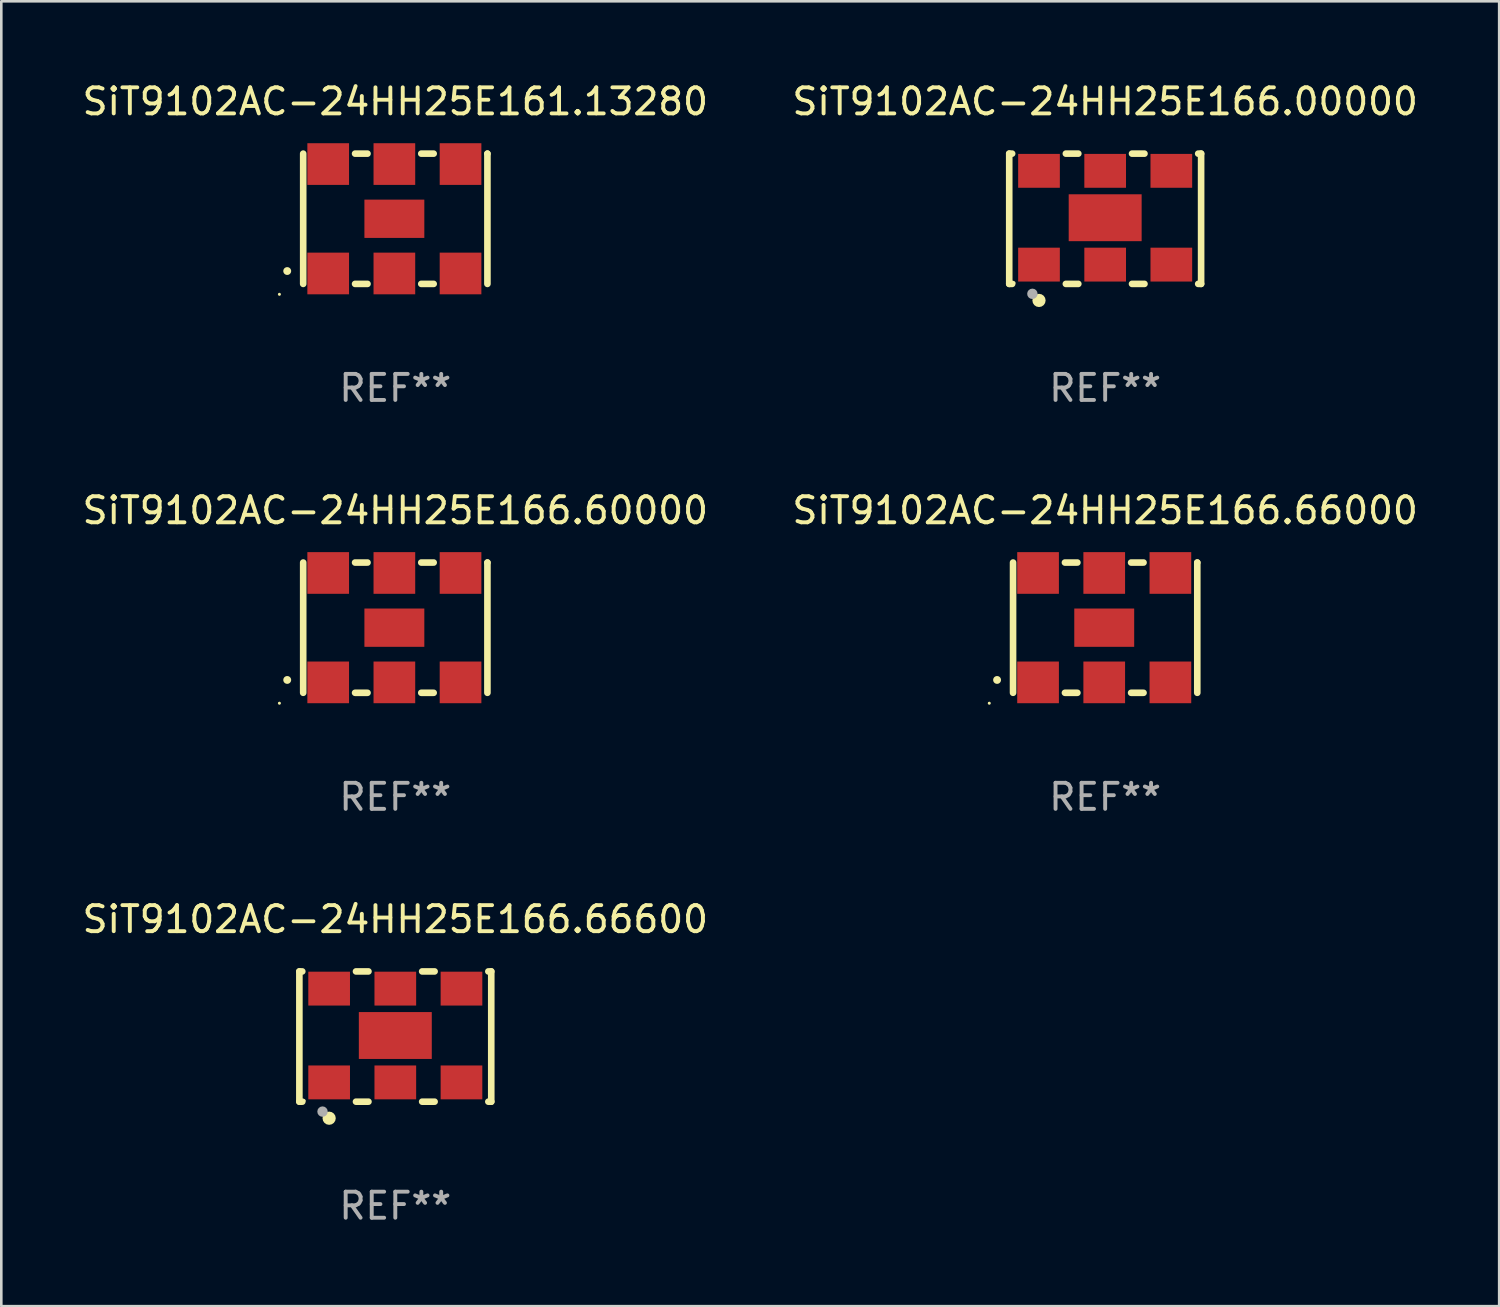
<source format=kicad_pcb>
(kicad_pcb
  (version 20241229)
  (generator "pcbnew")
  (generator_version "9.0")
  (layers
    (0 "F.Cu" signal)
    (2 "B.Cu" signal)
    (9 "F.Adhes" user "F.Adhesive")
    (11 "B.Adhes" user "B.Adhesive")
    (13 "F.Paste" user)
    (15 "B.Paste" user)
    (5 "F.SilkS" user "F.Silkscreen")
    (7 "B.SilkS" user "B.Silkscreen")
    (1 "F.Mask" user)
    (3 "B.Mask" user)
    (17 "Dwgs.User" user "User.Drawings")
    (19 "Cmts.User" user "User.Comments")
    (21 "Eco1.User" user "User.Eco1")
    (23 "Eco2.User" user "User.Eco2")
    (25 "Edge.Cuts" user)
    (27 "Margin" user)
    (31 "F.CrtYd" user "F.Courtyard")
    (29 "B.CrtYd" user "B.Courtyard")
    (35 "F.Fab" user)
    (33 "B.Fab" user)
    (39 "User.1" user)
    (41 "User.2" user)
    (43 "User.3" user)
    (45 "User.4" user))
  (footprint "SiT9102AC-24HH25E166.60000"
    (layer "F.Cu")
    (at 12.125 21.045)
    (property "Reference" "SiT9102AC-24HH25E166.60000" (at 0 -4.5 0) (layer "F.SilkS") (effects (font (size 1 1) (thickness 0.15))))
    (attr through_hole)
    (fp_line (start -3.536 -2.5) (end -3.536 2.5) (stroke (width 0.254) (type solid)) (layer "F.SilkS"))
    (fp_line (start -1.544 2.5) (end -1.067 2.5) (stroke (width 0.254) (type solid)) (layer "F.SilkS"))
    (fp_line (start -1.067 -2.5) (end -1.544 -2.5) (stroke (width 0.254) (type solid)) (layer "F.SilkS"))
    (fp_line (start 0.996 2.5) (end 1.473 2.5) (stroke (width 0.254) (type solid)) (layer "F.SilkS"))
    (fp_line (start 1.473 -2.5) (end 0.996 -2.5) (stroke (width 0.254) (type solid)) (layer "F.SilkS"))
    (fp_line (start 3.536 -2.5) (end 3.536 -2.5) (stroke (width 0.254) (type solid)) (layer "F.SilkS"))
    (fp_line (start 3.536 2.5) (end 3.536 -2.5) (stroke (width 0.254) (type solid)) (layer "F.SilkS"))
    (fp_arc (start -4.150432 2.006604) (mid -4.149162 2.006599) (end -4.147892 2.006604) (stroke (width 0.3) (type solid)) (layer "F.SilkS"))
    (fp_circle (center -4.449 2.9) (end -4.419 2.9) (stroke (width 0.06) (type solid)) (fill no) (layer "F.SilkS"))
    (fp_text user "REF**" (at 0 6.5 0) (layer "F.Fab") (effects (font (size 1 1) (thickness 0.15))))
    (pad "1" smd rect (at -2.576 2.1) (size 1.6 1.6) (layers "F.Cu" "F.Mask" "F.Paste"))
    (pad "2" smd rect (at -0.036 2.1) (size 1.6 1.6) (layers "F.Cu" "F.Mask" "F.Paste"))
    (pad "3" smd rect (at 2.504 2.1) (size 1.6 1.6) (layers "F.Cu" "F.Mask" "F.Paste"))
    (pad "4" smd rect (at 2.504 -2.1) (size 1.6 1.6) (layers "F.Cu" "F.Mask" "F.Paste"))
    (pad "5" smd rect (at -0.036 -2.1) (size 1.6 1.6) (layers "F.Cu" "F.Mask" "F.Paste"))
    (pad "6" smd rect (at -2.576 -2.1) (size 1.6 1.6) (layers "F.Cu" "F.Mask" "F.Paste"))
    (pad "7" smd rect (at -0.036 0) (size 2.3 1.47) (layers "F.Cu" "F.Mask" "F.Paste")))
  (footprint "SiT9102AC-24HH25E166.66000"
    (layer "F.Cu")
    (at 39.375 21.045)
    (property "Reference" "SiT9102AC-24HH25E166.66000" (at 0 -4.5 0) (layer "F.SilkS") (effects (font (size 1 1) (thickness 0.15))))
    (attr through_hole)
    (fp_line (start -3.536 -2.5) (end -3.536 2.5) (stroke (width 0.254) (type solid)) (layer "F.SilkS"))
    (fp_line (start -1.544 2.5) (end -1.067 2.5) (stroke (width 0.254) (type solid)) (layer "F.SilkS"))
    (fp_line (start -1.067 -2.5) (end -1.544 -2.5) (stroke (width 0.254) (type solid)) (layer "F.SilkS"))
    (fp_line (start 0.996 2.5) (end 1.473 2.5) (stroke (width 0.254) (type solid)) (layer "F.SilkS"))
    (fp_line (start 1.473 -2.5) (end 0.996 -2.5) (stroke (width 0.254) (type solid)) (layer "F.SilkS"))
    (fp_line (start 3.536 -2.5) (end 3.536 -2.5) (stroke (width 0.254) (type solid)) (layer "F.SilkS"))
    (fp_line (start 3.536 2.5) (end 3.536 -2.5) (stroke (width 0.254) (type solid)) (layer "F.SilkS"))
    (fp_arc (start -4.150432 2.006604) (mid -4.149162 2.006599) (end -4.147892 2.006604) (stroke (width 0.3) (type solid)) (layer "F.SilkS"))
    (fp_circle (center -4.449 2.9) (end -4.419 2.9) (stroke (width 0.06) (type solid)) (fill no) (layer "F.SilkS"))
    (fp_text user "REF**" (at 0 6.5 0) (layer "F.Fab") (effects (font (size 1 1) (thickness 0.15))))
    (pad "1" smd rect (at -2.576 2.1) (size 1.6 1.6) (layers "F.Cu" "F.Mask" "F.Paste"))
    (pad "2" smd rect (at -0.036 2.1) (size 1.6 1.6) (layers "F.Cu" "F.Mask" "F.Paste"))
    (pad "3" smd rect (at 2.504 2.1) (size 1.6 1.6) (layers "F.Cu" "F.Mask" "F.Paste"))
    (pad "4" smd rect (at 2.504 -2.1) (size 1.6 1.6) (layers "F.Cu" "F.Mask" "F.Paste"))
    (pad "5" smd rect (at -0.036 -2.1) (size 1.6 1.6) (layers "F.Cu" "F.Mask" "F.Paste"))
    (pad "6" smd rect (at -2.576 -2.1) (size 1.6 1.6) (layers "F.Cu" "F.Mask" "F.Paste"))
    (pad "7" smd rect (at -0.036 0) (size 2.3 1.47) (layers "F.Cu" "F.Mask" "F.Paste")))
  (footprint "SiT9102AC-24HH25E166.00000"
    (layer "F.Cu")
    (at 39.375 5.348)
    (property "Reference" "SiT9102AC-24HH25E166.00000" (at 0 -4.5 0) (layer "F.SilkS") (effects (font (size 1 1) (thickness 0.15))))
    (attr through_hole)
    (fp_line (start -3.683 -2.5) (end -3.571 -2.5) (stroke (width 0.254) (type solid)) (layer "F.SilkS"))
    (fp_line (start -3.683 2.5) (end -3.683 -2.5) (stroke (width 0.254) (type solid)) (layer "F.SilkS"))
    (fp_line (start -3.683 2.5) (end -3.571 2.5) (stroke (width 0.254) (type solid)) (layer "F.SilkS"))
    (fp_line (start -1.509 -2.5) (end -1.031 -2.5) (stroke (width 0.254) (type solid)) (layer "F.SilkS"))
    (fp_line (start -1.509 2.5) (end -1.031 2.5) (stroke (width 0.254) (type solid)) (layer "F.SilkS"))
    (fp_line (start 1.031 -2.5) (end 1.509 -2.5) (stroke (width 0.254) (type solid)) (layer "F.SilkS"))
    (fp_line (start 1.031 2.5) (end 1.509 2.5) (stroke (width 0.254) (type solid)) (layer "F.SilkS"))
    (fp_line (start 3.571 -2.5) (end 3.683 -2.5) (stroke (width 0.254) (type solid)) (layer "F.SilkS"))
    (fp_line (start 3.571 2.5) (end 3.683 2.5) (stroke (width 0.254) (type solid)) (layer "F.SilkS"))
    (fp_line (start 3.683 2.5) (end 3.683 -2.5) (stroke (width 0.254) (type solid)) (layer "F.SilkS"))
    (fp_circle (center -3.5 2.46) (end -3.47 2.46) (stroke (width 0.06) (type solid)) (fill no) (layer "F.SilkS"))
    (fp_circle (center -2.54 3.135) (end -2.413 3.135) (stroke (width 0.254) (type solid)) (fill no) (layer "F.SilkS"))
    (fp_circle (center -2.794 2.881) (end -2.694 2.881) (stroke (width 0.2) (type solid)) (fill no) (layer "F.Fab"))
    (fp_text user "REF**" (at 0 6.5 0) (layer "F.Fab") (effects (font (size 1 1) (thickness 0.15))))
    (pad "1" smd rect (at -2.54 1.76) (size 1.6 1.3) (layers "F.Cu" "F.Mask" "F.Paste"))
    (pad "2" smd rect (at 0 1.76) (size 1.6 1.3) (layers "F.Cu" "F.Mask" "F.Paste"))
    (pad "3" smd rect (at 2.54 1.76) (size 1.6 1.3) (layers "F.Cu" "F.Mask" "F.Paste"))
    (pad "4" smd rect (at 2.54 -1.84) (size 1.6 1.3) (layers "F.Cu" "F.Mask" "F.Paste"))
    (pad "5" smd rect (at 0 -1.84) (size 1.6 1.3) (layers "F.Cu" "F.Mask" "F.Paste"))
    (pad "6" smd rect (at -2.54 -1.84) (size 1.6 1.3) (layers "F.Cu" "F.Mask" "F.Paste"))
    (pad "7" smd rect (at 0 -0.04) (size 2.8 1.8) (layers "F.Cu" "F.Mask" "F.Paste")))
  (footprint "SiT9102AC-24HH25E161.13280"
    (layer "F.Cu")
    (at 12.125 5.348)
    (property "Reference" "SiT9102AC-24HH25E161.13280" (at 0 -4.5 0) (layer "F.SilkS") (effects (font (size 1 1) (thickness 0.15))))
    (attr through_hole)
    (fp_line (start -3.536 -2.5) (end -3.536 2.5) (stroke (width 0.254) (type solid)) (layer "F.SilkS"))
    (fp_line (start -1.544 2.5) (end -1.067 2.5) (stroke (width 0.254) (type solid)) (layer "F.SilkS"))
    (fp_line (start -1.067 -2.5) (end -1.544 -2.5) (stroke (width 0.254) (type solid)) (layer "F.SilkS"))
    (fp_line (start 0.996 2.5) (end 1.473 2.5) (stroke (width 0.254) (type solid)) (layer "F.SilkS"))
    (fp_line (start 1.473 -2.5) (end 0.996 -2.5) (stroke (width 0.254) (type solid)) (layer "F.SilkS"))
    (fp_line (start 3.536 -2.5) (end 3.536 -2.5) (stroke (width 0.254) (type solid)) (layer "F.SilkS"))
    (fp_line (start 3.536 2.5) (end 3.536 -2.5) (stroke (width 0.254) (type solid)) (layer "F.SilkS"))
    (fp_arc (start -4.150432 2.006604) (mid -4.149162 2.006599) (end -4.147892 2.006604) (stroke (width 0.3) (type solid)) (layer "F.SilkS"))
    (fp_circle (center -4.449 2.9) (end -4.419 2.9) (stroke (width 0.06) (type solid)) (fill no) (layer "F.SilkS"))
    (fp_text user "REF**" (at 0 6.5 0) (layer "F.Fab") (effects (font (size 1 1) (thickness 0.15))))
    (pad "1" smd rect (at -2.576 2.1) (size 1.6 1.6) (layers "F.Cu" "F.Mask" "F.Paste"))
    (pad "2" smd rect (at -0.036 2.1) (size 1.6 1.6) (layers "F.Cu" "F.Mask" "F.Paste"))
    (pad "3" smd rect (at 2.504 2.1) (size 1.6 1.6) (layers "F.Cu" "F.Mask" "F.Paste"))
    (pad "4" smd rect (at 2.504 -2.1) (size 1.6 1.6) (layers "F.Cu" "F.Mask" "F.Paste"))
    (pad "5" smd rect (at -0.036 -2.1) (size 1.6 1.6) (layers "F.Cu" "F.Mask" "F.Paste"))
    (pad "6" smd rect (at -2.576 -2.1) (size 1.6 1.6) (layers "F.Cu" "F.Mask" "F.Paste"))
    (pad "7" smd rect (at -0.036 0) (size 2.3 1.47) (layers "F.Cu" "F.Mask" "F.Paste")))
  (footprint "SiT9102AC-24HH25E166.66600"
    (layer "F.Cu")
    (at 12.125 36.741)
    (property "Reference" "SiT9102AC-24HH25E166.66600" (at 0 -4.5 0) (layer "F.SilkS") (effects (font (size 1 1) (thickness 0.15))))
    (attr through_hole)
    (fp_line (start -3.683 -2.5) (end -3.571 -2.5) (stroke (width 0.254) (type solid)) (layer "F.SilkS"))
    (fp_line (start -3.683 2.5) (end -3.683 -2.5) (stroke (width 0.254) (type solid)) (layer "F.SilkS"))
    (fp_line (start -3.683 2.5) (end -3.571 2.5) (stroke (width 0.254) (type solid)) (layer "F.SilkS"))
    (fp_line (start -1.509 -2.5) (end -1.031 -2.5) (stroke (width 0.254) (type solid)) (layer "F.SilkS"))
    (fp_line (start -1.509 2.5) (end -1.031 2.5) (stroke (width 0.254) (type solid)) (layer "F.SilkS"))
    (fp_line (start 1.031 -2.5) (end 1.509 -2.5) (stroke (width 0.254) (type solid)) (layer "F.SilkS"))
    (fp_line (start 1.031 2.5) (end 1.509 2.5) (stroke (width 0.254) (type solid)) (layer "F.SilkS"))
    (fp_line (start 3.571 -2.5) (end 3.683 -2.5) (stroke (width 0.254) (type solid)) (layer "F.SilkS"))
    (fp_line (start 3.571 2.5) (end 3.683 2.5) (stroke (width 0.254) (type solid)) (layer "F.SilkS"))
    (fp_line (start 3.683 2.5) (end 3.683 -2.5) (stroke (width 0.254) (type solid)) (layer "F.SilkS"))
    (fp_circle (center -3.5 2.46) (end -3.47 2.46) (stroke (width 0.06) (type solid)) (fill no) (layer "F.SilkS"))
    (fp_circle (center -2.54 3.135) (end -2.413 3.135) (stroke (width 0.254) (type solid)) (fill no) (layer "F.SilkS"))
    (fp_circle (center -2.794 2.881) (end -2.694 2.881) (stroke (width 0.2) (type solid)) (fill no) (layer "F.Fab"))
    (fp_text user "REF**" (at 0 6.5 0) (layer "F.Fab") (effects (font (size 1 1) (thickness 0.15))))
    (pad "1" smd rect (at -2.54 1.76) (size 1.6 1.3) (layers "F.Cu" "F.Mask" "F.Paste"))
    (pad "2" smd rect (at 0 1.76) (size 1.6 1.3) (layers "F.Cu" "F.Mask" "F.Paste"))
    (pad "3" smd rect (at 2.54 1.76) (size 1.6 1.3) (layers "F.Cu" "F.Mask" "F.Paste"))
    (pad "4" smd rect (at 2.54 -1.84) (size 1.6 1.3) (layers "F.Cu" "F.Mask" "F.Paste"))
    (pad "5" smd rect (at 0 -1.84) (size 1.6 1.3) (layers "F.Cu" "F.Mask" "F.Paste"))
    (pad "6" smd rect (at -2.54 -1.84) (size 1.6 1.3) (layers "F.Cu" "F.Mask" "F.Paste"))
    (pad "7" smd rect (at 0 -0.04) (size 2.8 1.8) (layers "F.Cu" "F.Mask" "F.Paste")))
  (gr_rect
    (start -3 -3)
    (end 54.5 47.09)
    (stroke (width 0.1) (type default))
    (fill no)
    (layer "Edge.Cuts")))
</source>
